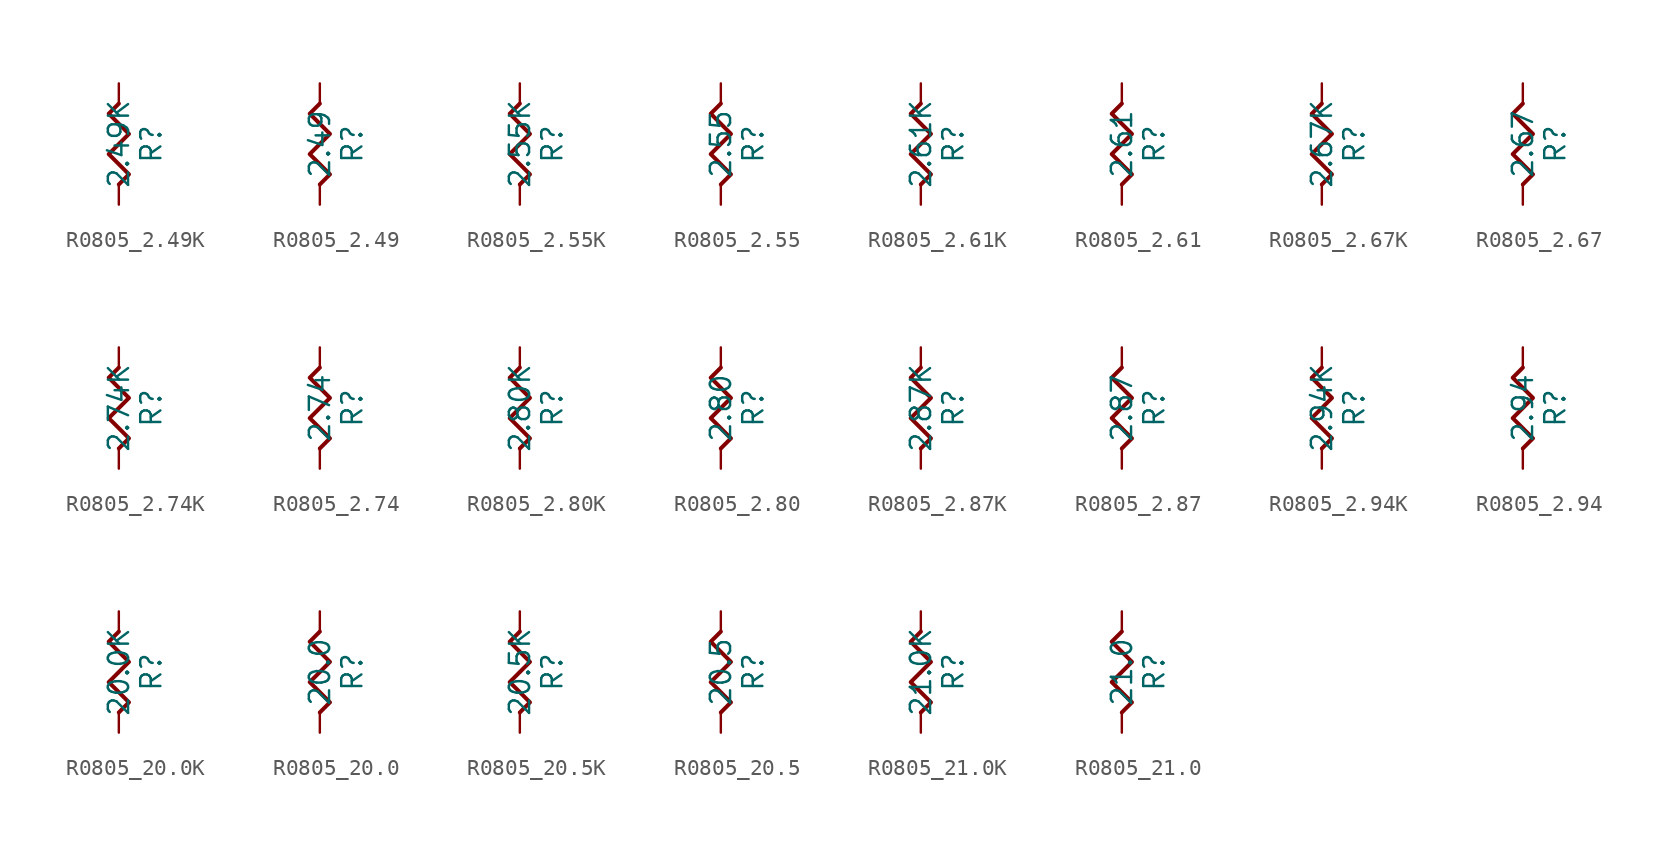
<source format=kicad_sym>
(kicad_symbol_lib
  (version 20211014)
  (generator atlantix-eda)
  (symbol "R0805_2.49K"
    (pin_numbers hide)
    (pin_names
      (offset 0))
    (property "Reference" "R"
      (at 2.032 0 90)
      (effects (font (size 1.27 1.27))))
    (property "Value" "2.49K"
      (at 0 0 90)
      (effects (font (size 1.27 1.27))))
    (symbol "R0805_2.49K_0_1"
      (polyline (pts (xy 0 -2.54) (xy 0.635 -1.905) (xy -0.635 -0.635) (xy 0.635 0.635) (xy -0.635 1.905) (xy 0 2.54)) (stroke (width 0.254) (type default) (color 0 0 0 0)) (fill (type none))))
    (symbol "R0805_2.49K_1_1"
      (pin passive line (at 0 3.81 270) (length 1.27) (name "~" (effects (font (size 1.27 1.27)))) (number "1" (effects (font (size 1.27 1.27)))))
      (pin passive line (at 0 -3.81 90) (length 1.27) (name "~" (effects (font (size 1.27 1.27)))) (number "2" (effects (font (size 1.27 1.27)))))))
  (symbol "R0805_2.49"
    (pin_numbers hide)
    (pin_names
      (offset 0))
    (property "Reference" "R"
      (at 2.032 0 90)
      (effects (font (size 1.27 1.27))))
    (property "Value" "2.49"
      (at 0 0 90)
      (effects (font (size 1.27 1.27))))
    (symbol "R0805_2.49_0_1"
      (polyline (pts (xy 0 -2.54) (xy 0.635 -1.905) (xy -0.635 -0.635) (xy 0.635 0.635) (xy -0.635 1.905) (xy 0 2.54)) (stroke (width 0.254) (type default) (color 0 0 0 0)) (fill (type none))))
    (symbol "R0805_2.49_1_1"
      (pin passive line (at 0 3.81 270) (length 1.27) (name "~" (effects (font (size 1.27 1.27)))) (number "1" (effects (font (size 1.27 1.27)))))
      (pin passive line (at 0 -3.81 90) (length 1.27) (name "~" (effects (font (size 1.27 1.27)))) (number "2" (effects (font (size 1.27 1.27)))))))
  (symbol "R0805_2.55K"
    (pin_numbers hide)
    (pin_names
      (offset 0))
    (property "Reference" "R"
      (at 2.032 0 90)
      (effects (font (size 1.27 1.27))))
    (property "Value" "2.55K"
      (at 0 0 90)
      (effects (font (size 1.27 1.27))))
    (symbol "R0805_2.55K_0_1"
      (polyline (pts (xy 0 -2.54) (xy 0.635 -1.905) (xy -0.635 -0.635) (xy 0.635 0.635) (xy -0.635 1.905) (xy 0 2.54)) (stroke (width 0.254) (type default) (color 0 0 0 0)) (fill (type none))))
    (symbol "R0805_2.55K_1_1"
      (pin passive line (at 0 3.81 270) (length 1.27) (name "~" (effects (font (size 1.27 1.27)))) (number "1" (effects (font (size 1.27 1.27)))))
      (pin passive line (at 0 -3.81 90) (length 1.27) (name "~" (effects (font (size 1.27 1.27)))) (number "2" (effects (font (size 1.27 1.27)))))))
  (symbol "R0805_2.55"
    (pin_numbers hide)
    (pin_names
      (offset 0))
    (property "Reference" "R"
      (at 2.032 0 90)
      (effects (font (size 1.27 1.27))))
    (property "Value" "2.55"
      (at 0 0 90)
      (effects (font (size 1.27 1.27))))
    (symbol "R0805_2.55_0_1"
      (polyline (pts (xy 0 -2.54) (xy 0.635 -1.905) (xy -0.635 -0.635) (xy 0.635 0.635) (xy -0.635 1.905) (xy 0 2.54)) (stroke (width 0.254) (type default) (color 0 0 0 0)) (fill (type none))))
    (symbol "R0805_2.55_1_1"
      (pin passive line (at 0 3.81 270) (length 1.27) (name "~" (effects (font (size 1.27 1.27)))) (number "1" (effects (font (size 1.27 1.27)))))
      (pin passive line (at 0 -3.81 90) (length 1.27) (name "~" (effects (font (size 1.27 1.27)))) (number "2" (effects (font (size 1.27 1.27)))))))
  (symbol "R0805_2.61K"
    (pin_numbers hide)
    (pin_names
      (offset 0))
    (property "Reference" "R"
      (at 2.032 0 90)
      (effects (font (size 1.27 1.27))))
    (property "Value" "2.61K"
      (at 0 0 90)
      (effects (font (size 1.27 1.27))))
    (symbol "R0805_2.61K_0_1"
      (polyline (pts (xy 0 -2.54) (xy 0.635 -1.905) (xy -0.635 -0.635) (xy 0.635 0.635) (xy -0.635 1.905) (xy 0 2.54)) (stroke (width 0.254) (type default) (color 0 0 0 0)) (fill (type none))))
    (symbol "R0805_2.61K_1_1"
      (pin passive line (at 0 3.81 270) (length 1.27) (name "~" (effects (font (size 1.27 1.27)))) (number "1" (effects (font (size 1.27 1.27)))))
      (pin passive line (at 0 -3.81 90) (length 1.27) (name "~" (effects (font (size 1.27 1.27)))) (number "2" (effects (font (size 1.27 1.27)))))))
  (symbol "R0805_2.61"
    (pin_numbers hide)
    (pin_names
      (offset 0))
    (property "Reference" "R"
      (at 2.032 0 90)
      (effects (font (size 1.27 1.27))))
    (property "Value" "2.61"
      (at 0 0 90)
      (effects (font (size 1.27 1.27))))
    (symbol "R0805_2.61_0_1"
      (polyline (pts (xy 0 -2.54) (xy 0.635 -1.905) (xy -0.635 -0.635) (xy 0.635 0.635) (xy -0.635 1.905) (xy 0 2.54)) (stroke (width 0.254) (type default) (color 0 0 0 0)) (fill (type none))))
    (symbol "R0805_2.61_1_1"
      (pin passive line (at 0 3.81 270) (length 1.27) (name "~" (effects (font (size 1.27 1.27)))) (number "1" (effects (font (size 1.27 1.27)))))
      (pin passive line (at 0 -3.81 90) (length 1.27) (name "~" (effects (font (size 1.27 1.27)))) (number "2" (effects (font (size 1.27 1.27)))))))
  (symbol "R0805_2.67K"
    (pin_numbers hide)
    (pin_names
      (offset 0))
    (property "Reference" "R"
      (at 2.032 0 90)
      (effects (font (size 1.27 1.27))))
    (property "Value" "2.67K"
      (at 0 0 90)
      (effects (font (size 1.27 1.27))))
    (symbol "R0805_2.67K_0_1"
      (polyline (pts (xy 0 -2.54) (xy 0.635 -1.905) (xy -0.635 -0.635) (xy 0.635 0.635) (xy -0.635 1.905) (xy 0 2.54)) (stroke (width 0.254) (type default) (color 0 0 0 0)) (fill (type none))))
    (symbol "R0805_2.67K_1_1"
      (pin passive line (at 0 3.81 270) (length 1.27) (name "~" (effects (font (size 1.27 1.27)))) (number "1" (effects (font (size 1.27 1.27)))))
      (pin passive line (at 0 -3.81 90) (length 1.27) (name "~" (effects (font (size 1.27 1.27)))) (number "2" (effects (font (size 1.27 1.27)))))))
  (symbol "R0805_2.67"
    (pin_numbers hide)
    (pin_names
      (offset 0))
    (property "Reference" "R"
      (at 2.032 0 90)
      (effects (font (size 1.27 1.27))))
    (property "Value" "2.67"
      (at 0 0 90)
      (effects (font (size 1.27 1.27))))
    (symbol "R0805_2.67_0_1"
      (polyline (pts (xy 0 -2.54) (xy 0.635 -1.905) (xy -0.635 -0.635) (xy 0.635 0.635) (xy -0.635 1.905) (xy 0 2.54)) (stroke (width 0.254) (type default) (color 0 0 0 0)) (fill (type none))))
    (symbol "R0805_2.67_1_1"
      (pin passive line (at 0 3.81 270) (length 1.27) (name "~" (effects (font (size 1.27 1.27)))) (number "1" (effects (font (size 1.27 1.27)))))
      (pin passive line (at 0 -3.81 90) (length 1.27) (name "~" (effects (font (size 1.27 1.27)))) (number "2" (effects (font (size 1.27 1.27)))))))
  (symbol "R0805_2.74K"
    (pin_numbers hide)
    (pin_names
      (offset 0))
    (property "Reference" "R"
      (at 2.032 0 90)
      (effects (font (size 1.27 1.27))))
    (property "Value" "2.74K"
      (at 0 0 90)
      (effects (font (size 1.27 1.27))))
    (symbol "R0805_2.74K_0_1"
      (polyline (pts (xy 0 -2.54) (xy 0.635 -1.905) (xy -0.635 -0.635) (xy 0.635 0.635) (xy -0.635 1.905) (xy 0 2.54)) (stroke (width 0.254) (type default) (color 0 0 0 0)) (fill (type none))))
    (symbol "R0805_2.74K_1_1"
      (pin passive line (at 0 3.81 270) (length 1.27) (name "~" (effects (font (size 1.27 1.27)))) (number "1" (effects (font (size 1.27 1.27)))))
      (pin passive line (at 0 -3.81 90) (length 1.27) (name "~" (effects (font (size 1.27 1.27)))) (number "2" (effects (font (size 1.27 1.27)))))))
  (symbol "R0805_2.74"
    (pin_numbers hide)
    (pin_names
      (offset 0))
    (property "Reference" "R"
      (at 2.032 0 90)
      (effects (font (size 1.27 1.27))))
    (property "Value" "2.74"
      (at 0 0 90)
      (effects (font (size 1.27 1.27))))
    (symbol "R0805_2.74_0_1"
      (polyline (pts (xy 0 -2.54) (xy 0.635 -1.905) (xy -0.635 -0.635) (xy 0.635 0.635) (xy -0.635 1.905) (xy 0 2.54)) (stroke (width 0.254) (type default) (color 0 0 0 0)) (fill (type none))))
    (symbol "R0805_2.74_1_1"
      (pin passive line (at 0 3.81 270) (length 1.27) (name "~" (effects (font (size 1.27 1.27)))) (number "1" (effects (font (size 1.27 1.27)))))
      (pin passive line (at 0 -3.81 90) (length 1.27) (name "~" (effects (font (size 1.27 1.27)))) (number "2" (effects (font (size 1.27 1.27)))))))
  (symbol "R0805_2.80K"
    (pin_numbers hide)
    (pin_names
      (offset 0))
    (property "Reference" "R"
      (at 2.032 0 90)
      (effects (font (size 1.27 1.27))))
    (property "Value" "2.80K"
      (at 0 0 90)
      (effects (font (size 1.27 1.27))))
    (symbol "R0805_2.80K_0_1"
      (polyline (pts (xy 0 -2.54) (xy 0.635 -1.905) (xy -0.635 -0.635) (xy 0.635 0.635) (xy -0.635 1.905) (xy 0 2.54)) (stroke (width 0.254) (type default) (color 0 0 0 0)) (fill (type none))))
    (symbol "R0805_2.80K_1_1"
      (pin passive line (at 0 3.81 270) (length 1.27) (name "~" (effects (font (size 1.27 1.27)))) (number "1" (effects (font (size 1.27 1.27)))))
      (pin passive line (at 0 -3.81 90) (length 1.27) (name "~" (effects (font (size 1.27 1.27)))) (number "2" (effects (font (size 1.27 1.27)))))))
  (symbol "R0805_2.80"
    (pin_numbers hide)
    (pin_names
      (offset 0))
    (property "Reference" "R"
      (at 2.032 0 90)
      (effects (font (size 1.27 1.27))))
    (property "Value" "2.80"
      (at 0 0 90)
      (effects (font (size 1.27 1.27))))
    (symbol "R0805_2.80_0_1"
      (polyline (pts (xy 0 -2.54) (xy 0.635 -1.905) (xy -0.635 -0.635) (xy 0.635 0.635) (xy -0.635 1.905) (xy 0 2.54)) (stroke (width 0.254) (type default) (color 0 0 0 0)) (fill (type none))))
    (symbol "R0805_2.80_1_1"
      (pin passive line (at 0 3.81 270) (length 1.27) (name "~" (effects (font (size 1.27 1.27)))) (number "1" (effects (font (size 1.27 1.27)))))
      (pin passive line (at 0 -3.81 90) (length 1.27) (name "~" (effects (font (size 1.27 1.27)))) (number "2" (effects (font (size 1.27 1.27)))))))
  (symbol "R0805_2.87K"
    (pin_numbers hide)
    (pin_names
      (offset 0))
    (property "Reference" "R"
      (at 2.032 0 90)
      (effects (font (size 1.27 1.27))))
    (property "Value" "2.87K"
      (at 0 0 90)
      (effects (font (size 1.27 1.27))))
    (symbol "R0805_2.87K_0_1"
      (polyline (pts (xy 0 -2.54) (xy 0.635 -1.905) (xy -0.635 -0.635) (xy 0.635 0.635) (xy -0.635 1.905) (xy 0 2.54)) (stroke (width 0.254) (type default) (color 0 0 0 0)) (fill (type none))))
    (symbol "R0805_2.87K_1_1"
      (pin passive line (at 0 3.81 270) (length 1.27) (name "~" (effects (font (size 1.27 1.27)))) (number "1" (effects (font (size 1.27 1.27)))))
      (pin passive line (at 0 -3.81 90) (length 1.27) (name "~" (effects (font (size 1.27 1.27)))) (number "2" (effects (font (size 1.27 1.27)))))))
  (symbol "R0805_2.87"
    (pin_numbers hide)
    (pin_names
      (offset 0))
    (property "Reference" "R"
      (at 2.032 0 90)
      (effects (font (size 1.27 1.27))))
    (property "Value" "2.87"
      (at 0 0 90)
      (effects (font (size 1.27 1.27))))
    (symbol "R0805_2.87_0_1"
      (polyline (pts (xy 0 -2.54) (xy 0.635 -1.905) (xy -0.635 -0.635) (xy 0.635 0.635) (xy -0.635 1.905) (xy 0 2.54)) (stroke (width 0.254) (type default) (color 0 0 0 0)) (fill (type none))))
    (symbol "R0805_2.87_1_1"
      (pin passive line (at 0 3.81 270) (length 1.27) (name "~" (effects (font (size 1.27 1.27)))) (number "1" (effects (font (size 1.27 1.27)))))
      (pin passive line (at 0 -3.81 90) (length 1.27) (name "~" (effects (font (size 1.27 1.27)))) (number "2" (effects (font (size 1.27 1.27)))))))
  (symbol "R0805_2.94K"
    (pin_numbers hide)
    (pin_names
      (offset 0))
    (property "Reference" "R"
      (at 2.032 0 90)
      (effects (font (size 1.27 1.27))))
    (property "Value" "2.94K"
      (at 0 0 90)
      (effects (font (size 1.27 1.27))))
    (symbol "R0805_2.94K_0_1"
      (polyline (pts (xy 0 -2.54) (xy 0.635 -1.905) (xy -0.635 -0.635) (xy 0.635 0.635) (xy -0.635 1.905) (xy 0 2.54)) (stroke (width 0.254) (type default) (color 0 0 0 0)) (fill (type none))))
    (symbol "R0805_2.94K_1_1"
      (pin passive line (at 0 3.81 270) (length 1.27) (name "~" (effects (font (size 1.27 1.27)))) (number "1" (effects (font (size 1.27 1.27)))))
      (pin passive line (at 0 -3.81 90) (length 1.27) (name "~" (effects (font (size 1.27 1.27)))) (number "2" (effects (font (size 1.27 1.27)))))))
  (symbol "R0805_2.94"
    (pin_numbers hide)
    (pin_names
      (offset 0))
    (property "Reference" "R"
      (at 2.032 0 90)
      (effects (font (size 1.27 1.27))))
    (property "Value" "2.94"
      (at 0 0 90)
      (effects (font (size 1.27 1.27))))
    (symbol "R0805_2.94_0_1"
      (polyline (pts (xy 0 -2.54) (xy 0.635 -1.905) (xy -0.635 -0.635) (xy 0.635 0.635) (xy -0.635 1.905) (xy 0 2.54)) (stroke (width 0.254) (type default) (color 0 0 0 0)) (fill (type none))))
    (symbol "R0805_2.94_1_1"
      (pin passive line (at 0 3.81 270) (length 1.27) (name "~" (effects (font (size 1.27 1.27)))) (number "1" (effects (font (size 1.27 1.27)))))
      (pin passive line (at 0 -3.81 90) (length 1.27) (name "~" (effects (font (size 1.27 1.27)))) (number "2" (effects (font (size 1.27 1.27)))))))
  (symbol "R0805_20.0K"
    (pin_numbers hide)
    (pin_names
      (offset 0))
    (property "Reference" "R"
      (at 2.032 0 90)
      (effects (font (size 1.27 1.27))))
    (property "Value" "20.0K"
      (at 0 0 90)
      (effects (font (size 1.27 1.27))))
    (symbol "R0805_20.0K_0_1"
      (polyline (pts (xy 0 -2.54) (xy 0.635 -1.905) (xy -0.635 -0.635) (xy 0.635 0.635) (xy -0.635 1.905) (xy 0 2.54)) (stroke (width 0.254) (type default) (color 0 0 0 0)) (fill (type none))))
    (symbol "R0805_20.0K_1_1"
      (pin passive line (at 0 3.81 270) (length 1.27) (name "~" (effects (font (size 1.27 1.27)))) (number "1" (effects (font (size 1.27 1.27)))))
      (pin passive line (at 0 -3.81 90) (length 1.27) (name "~" (effects (font (size 1.27 1.27)))) (number "2" (effects (font (size 1.27 1.27)))))))
  (symbol "R0805_20.0"
    (pin_numbers hide)
    (pin_names
      (offset 0))
    (property "Reference" "R"
      (at 2.032 0 90)
      (effects (font (size 1.27 1.27))))
    (property "Value" "20.0"
      (at 0 0 90)
      (effects (font (size 1.27 1.27))))
    (symbol "R0805_20.0_0_1"
      (polyline (pts (xy 0 -2.54) (xy 0.635 -1.905) (xy -0.635 -0.635) (xy 0.635 0.635) (xy -0.635 1.905) (xy 0 2.54)) (stroke (width 0.254) (type default) (color 0 0 0 0)) (fill (type none))))
    (symbol "R0805_20.0_1_1"
      (pin passive line (at 0 3.81 270) (length 1.27) (name "~" (effects (font (size 1.27 1.27)))) (number "1" (effects (font (size 1.27 1.27)))))
      (pin passive line (at 0 -3.81 90) (length 1.27) (name "~" (effects (font (size 1.27 1.27)))) (number "2" (effects (font (size 1.27 1.27)))))))
  (symbol "R0805_20.5K"
    (pin_numbers hide)
    (pin_names
      (offset 0))
    (property "Reference" "R"
      (at 2.032 0 90)
      (effects (font (size 1.27 1.27))))
    (property "Value" "20.5K"
      (at 0 0 90)
      (effects (font (size 1.27 1.27))))
    (symbol "R0805_20.5K_0_1"
      (polyline (pts (xy 0 -2.54) (xy 0.635 -1.905) (xy -0.635 -0.635) (xy 0.635 0.635) (xy -0.635 1.905) (xy 0 2.54)) (stroke (width 0.254) (type default) (color 0 0 0 0)) (fill (type none))))
    (symbol "R0805_20.5K_1_1"
      (pin passive line (at 0 3.81 270) (length 1.27) (name "~" (effects (font (size 1.27 1.27)))) (number "1" (effects (font (size 1.27 1.27)))))
      (pin passive line (at 0 -3.81 90) (length 1.27) (name "~" (effects (font (size 1.27 1.27)))) (number "2" (effects (font (size 1.27 1.27)))))))
  (symbol "R0805_20.5"
    (pin_numbers hide)
    (pin_names
      (offset 0))
    (property "Reference" "R"
      (at 2.032 0 90)
      (effects (font (size 1.27 1.27))))
    (property "Value" "20.5"
      (at 0 0 90)
      (effects (font (size 1.27 1.27))))
    (symbol "R0805_20.5_0_1"
      (polyline (pts (xy 0 -2.54) (xy 0.635 -1.905) (xy -0.635 -0.635) (xy 0.635 0.635) (xy -0.635 1.905) (xy 0 2.54)) (stroke (width 0.254) (type default) (color 0 0 0 0)) (fill (type none))))
    (symbol "R0805_20.5_1_1"
      (pin passive line (at 0 3.81 270) (length 1.27) (name "~" (effects (font (size 1.27 1.27)))) (number "1" (effects (font (size 1.27 1.27)))))
      (pin passive line (at 0 -3.81 90) (length 1.27) (name "~" (effects (font (size 1.27 1.27)))) (number "2" (effects (font (size 1.27 1.27)))))))
  (symbol "R0805_21.0K"
    (pin_numbers hide)
    (pin_names
      (offset 0))
    (property "Reference" "R"
      (at 2.032 0 90)
      (effects (font (size 1.27 1.27))))
    (property "Value" "21.0K"
      (at 0 0 90)
      (effects (font (size 1.27 1.27))))
    (symbol "R0805_21.0K_0_1"
      (polyline (pts (xy 0 -2.54) (xy 0.635 -1.905) (xy -0.635 -0.635) (xy 0.635 0.635) (xy -0.635 1.905) (xy 0 2.54)) (stroke (width 0.254) (type default) (color 0 0 0 0)) (fill (type none))))
    (symbol "R0805_21.0K_1_1"
      (pin passive line (at 0 3.81 270) (length 1.27) (name "~" (effects (font (size 1.27 1.27)))) (number "1" (effects (font (size 1.27 1.27)))))
      (pin passive line (at 0 -3.81 90) (length 1.27) (name "~" (effects (font (size 1.27 1.27)))) (number "2" (effects (font (size 1.27 1.27)))))))
  (symbol "R0805_21.0"
    (pin_numbers hide)
    (pin_names
      (offset 0))
    (property "Reference" "R"
      (at 2.032 0 90)
      (effects (font (size 1.27 1.27))))
    (property "Value" "21.0"
      (at 0 0 90)
      (effects (font (size 1.27 1.27))))
    (symbol "R0805_21.0_0_1"
      (polyline (pts (xy 0 -2.54) (xy 0.635 -1.905) (xy -0.635 -0.635) (xy 0.635 0.635) (xy -0.635 1.905) (xy 0 2.54)) (stroke (width 0.254) (type default) (color 0 0 0 0)) (fill (type none))))
    (symbol "R0805_21.0_1_1"
      (pin passive line (at 0 3.81 270) (length 1.27) (name "~" (effects (font (size 1.27 1.27)))) (number "1" (effects (font (size 1.27 1.27)))))
      (pin passive line (at 0 -3.81 90) (length 1.27) (name "~" (effects (font (size 1.27 1.27)))) (number "2" (effects (font (size 1.27 1.27))))))))
</source>
